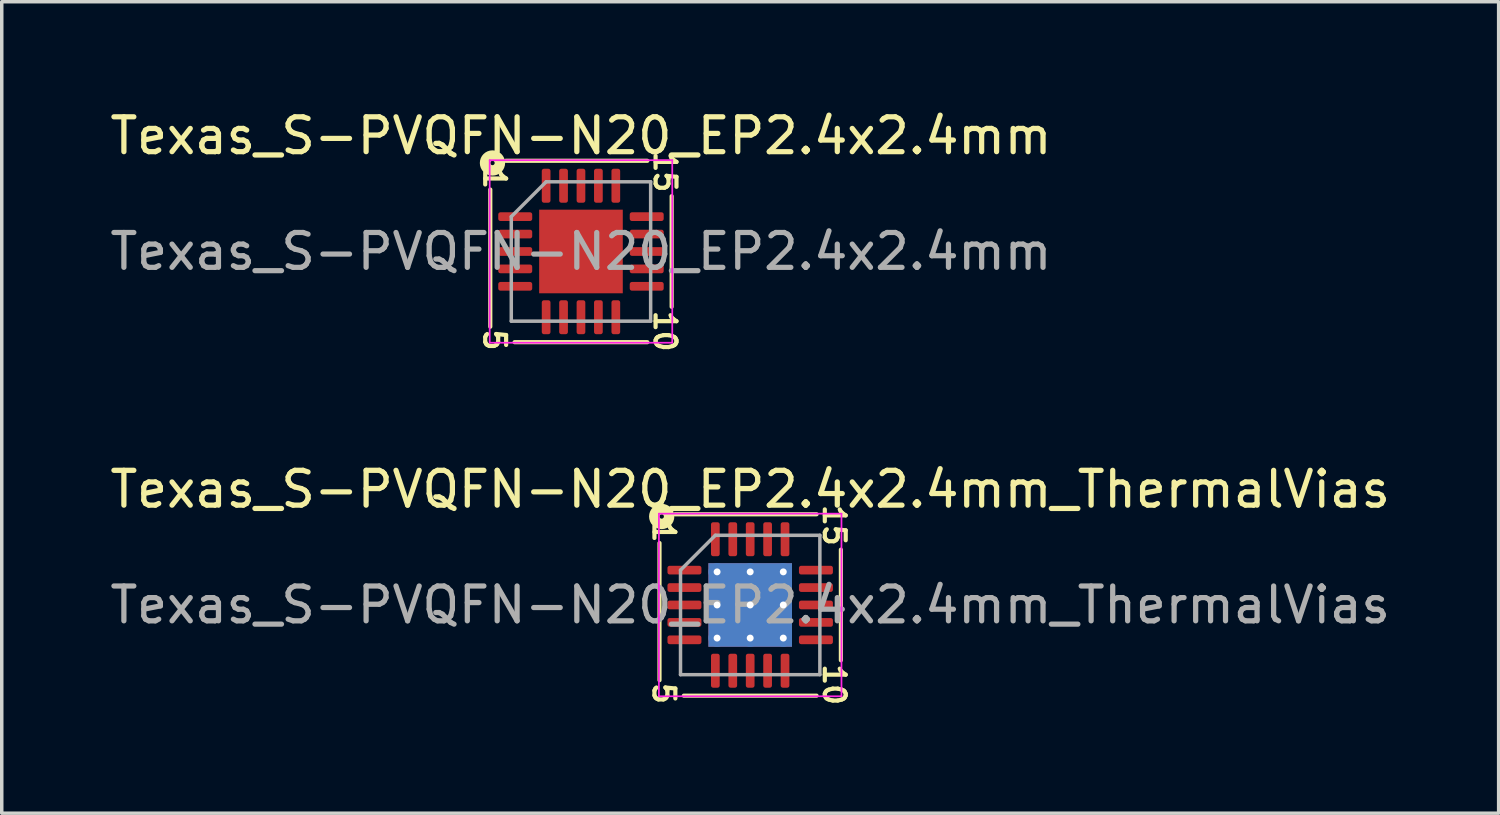
<source format=kicad_pcb>
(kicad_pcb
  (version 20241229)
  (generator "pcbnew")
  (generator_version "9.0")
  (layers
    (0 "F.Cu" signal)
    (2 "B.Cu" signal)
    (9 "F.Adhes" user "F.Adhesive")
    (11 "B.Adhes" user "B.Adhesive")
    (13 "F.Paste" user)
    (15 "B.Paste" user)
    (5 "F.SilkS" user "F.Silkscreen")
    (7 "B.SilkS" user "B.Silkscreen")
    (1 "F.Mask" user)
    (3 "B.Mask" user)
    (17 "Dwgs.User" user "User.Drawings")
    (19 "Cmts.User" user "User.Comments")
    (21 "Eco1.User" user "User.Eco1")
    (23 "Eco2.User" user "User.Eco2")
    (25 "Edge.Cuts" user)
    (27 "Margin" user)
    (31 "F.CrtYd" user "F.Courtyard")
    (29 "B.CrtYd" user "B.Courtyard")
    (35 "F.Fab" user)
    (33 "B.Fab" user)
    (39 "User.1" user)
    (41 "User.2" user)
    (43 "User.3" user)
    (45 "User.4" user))
  (footprint "Texas_S-PVQFN-N20_EP2.4x2.4mm"
    (layer "F.Cu")
    (at 13.625 4.168)
    (property "Reference" "Texas_S-PVQFN-N20_EP2.4x2.4mm" (at 0 -3.32 0) (layer "F.SilkS") (effects (font (size 1 1) (thickness 0.15))))
    (attr smd)
    (fp_line (start -2.603 -1.778) (end -2.603 2.159) (stroke (width 0.12) (type solid)) (layer "F.SilkS"))
    (fp_line (start -1.905 2.603) (end 1.905 2.603) (stroke (width 0.12) (type solid)) (layer "F.SilkS"))
    (fp_line (start 1.905 -2.603) (end -2.159 -2.603) (stroke (width 0.12) (type solid)) (layer "F.SilkS"))
    (fp_line (start 2.603 1.587) (end 2.603 -1.587) (stroke (width 0.12) (type solid)) (layer "F.SilkS"))
    (fp_circle (center -2.54 -2.54) (end -2.477 -2.54) (stroke (width 0.3) (type solid)) (fill no) (layer "F.SilkS"))
    (fp_line (start -2.62 -2.62) (end -2.62 2.62) (stroke (width 0.05) (type solid)) (layer "F.CrtYd"))
    (fp_line (start -2.62 2.62) (end 2.62 2.62) (stroke (width 0.05) (type solid)) (layer "F.CrtYd"))
    (fp_line (start 2.62 -2.62) (end -2.62 -2.62) (stroke (width 0.05) (type solid)) (layer "F.CrtYd"))
    (fp_line (start 2.62 2.62) (end 2.62 -2.62) (stroke (width 0.05) (type solid)) (layer "F.CrtYd"))
    (fp_line (start -2 -1) (end -1 -2) (stroke (width 0.1) (type solid)) (layer "F.Fab"))
    (fp_line (start -2 2) (end -2 -1) (stroke (width 0.1) (type solid)) (layer "F.Fab"))
    (fp_line (start -1 -2) (end 2 -2) (stroke (width 0.1) (type solid)) (layer "F.Fab"))
    (fp_line (start 2 -2) (end 2 2) (stroke (width 0.1) (type solid)) (layer "F.Fab"))
    (fp_line (start 2 2) (end -2 2) (stroke (width 0.1) (type solid)) (layer "F.Fab"))
    (fp_text user "15" (at 2.413 -2.286 270) (unlocked yes) (layer "F.SilkS") (effects (font (size 0.6 0.6) (thickness 0.12))))
    (fp_text user "10" (at 2.413 2.286 270) (unlocked yes) (layer "F.SilkS") (effects (font (size 0.6 0.6) (thickness 0.12))))
    (fp_text user "5" (at -2.477 2.54 270) (unlocked yes) (layer "F.SilkS") (effects (font (size 0.6 0.6) (thickness 0.12))))
    (fp_text user "1" (at -2.477 -2.095 270) (unlocked yes) (layer "F.SilkS") (effects (font (size 0.6 0.6) (thickness 0.12))))
    (fp_text user "${REFERENCE}" (at 0 0 0) (layer "F.Fab") (effects (font (size 1 1) (thickness 0.15))))
    (pad "" smd roundrect (at -0.6 -0.6) (size 0.97 0.97) (layers "F.Paste") (roundrect_rratio 0.25))
    (pad "" smd roundrect (at -0.6 0.6) (size 0.97 0.97) (layers "F.Paste") (roundrect_rratio 0.25))
    (pad "" smd roundrect (at 0.6 -0.6) (size 0.97 0.97) (layers "F.Paste") (roundrect_rratio 0.25))
    (pad "" smd roundrect (at 0.6 0.6) (size 0.97 0.97) (layers "F.Paste") (roundrect_rratio 0.25))
    (pad "1" smd roundrect (at -1.887 -1) (size 0.975 0.25) (layers "F.Cu" "F.Mask" "F.Paste") (roundrect_rratio 0.25))
    (pad "2" smd roundrect (at -1.887 -0.5) (size 0.975 0.25) (layers "F.Cu" "F.Mask" "F.Paste") (roundrect_rratio 0.25))
    (pad "3" smd roundrect (at -1.887 0) (size 0.975 0.25) (layers "F.Cu" "F.Mask" "F.Paste") (roundrect_rratio 0.25))
    (pad "4" smd roundrect (at -1.887 0.5) (size 0.975 0.25) (layers "F.Cu" "F.Mask" "F.Paste") (roundrect_rratio 0.25))
    (pad "5" smd roundrect (at -1.887 1) (size 0.975 0.25) (layers "F.Cu" "F.Mask" "F.Paste") (roundrect_rratio 0.25))
    (pad "6" smd roundrect (at -1 1.887) (size 0.25 0.975) (layers "F.Cu" "F.Mask" "F.Paste") (roundrect_rratio 0.25))
    (pad "7" smd roundrect (at -0.5 1.887) (size 0.25 0.975) (layers "F.Cu" "F.Mask" "F.Paste") (roundrect_rratio 0.25))
    (pad "8" smd roundrect (at 0 1.887) (size 0.25 0.975) (layers "F.Cu" "F.Mask" "F.Paste") (roundrect_rratio 0.25))
    (pad "9" smd roundrect (at 0.5 1.887) (size 0.25 0.975) (layers "F.Cu" "F.Mask" "F.Paste") (roundrect_rratio 0.25))
    (pad "10" smd roundrect (at 1 1.887) (size 0.25 0.975) (layers "F.Cu" "F.Mask" "F.Paste") (roundrect_rratio 0.25))
    (pad "11" smd roundrect (at 1.887 1) (size 0.975 0.25) (layers "F.Cu" "F.Mask" "F.Paste") (roundrect_rratio 0.25))
    (pad "12" smd roundrect (at 1.887 0.5) (size 0.975 0.25) (layers "F.Cu" "F.Mask" "F.Paste") (roundrect_rratio 0.25))
    (pad "13" smd roundrect (at 1.887 0) (size 0.975 0.25) (layers "F.Cu" "F.Mask" "F.Paste") (roundrect_rratio 0.25))
    (pad "14" smd roundrect (at 1.887 -0.5) (size 0.975 0.25) (layers "F.Cu" "F.Mask" "F.Paste") (roundrect_rratio 0.25))
    (pad "15" smd roundrect (at 1.887 -1) (size 0.975 0.25) (layers "F.Cu" "F.Mask" "F.Paste") (roundrect_rratio 0.25))
    (pad "16" smd roundrect (at 1 -1.887) (size 0.25 0.975) (layers "F.Cu" "F.Mask" "F.Paste") (roundrect_rratio 0.25))
    (pad "17" smd roundrect (at 0.5 -1.887) (size 0.25 0.975) (layers "F.Cu" "F.Mask" "F.Paste") (roundrect_rratio 0.25))
    (pad "18" smd roundrect (at 0 -1.887) (size 0.25 0.975) (layers "F.Cu" "F.Mask" "F.Paste") (roundrect_rratio 0.25))
    (pad "19" smd roundrect (at -0.5 -1.887) (size 0.25 0.975) (layers "F.Cu" "F.Mask" "F.Paste") (roundrect_rratio 0.25))
    (pad "20" smd roundrect (at -1 -1.887) (size 0.25 0.975) (layers "F.Cu" "F.Mask" "F.Paste") (roundrect_rratio 0.25))
    (pad "21" smd rect (at 0 0) (size 2.4 2.4) (layers "F.Cu" "F.Mask")))
  (footprint "Texas_S-PVQFN-N20_EP2.4x2.4mm_ThermalVias"
    (layer "F.Cu")
    (at 18.482 14.314)
    (property "Reference" "Texas_S-PVQFN-N20_EP2.4x2.4mm_ThermalVias" (at 0 -3.32 0) (layer "F.SilkS") (effects (font (size 1 1) (thickness 0.15))))
    (attr smd)
    (fp_line (start -2.603 -1.778) (end -2.603 2.159) (stroke (width 0.12) (type solid)) (layer "F.SilkS"))
    (fp_line (start -1.905 2.603) (end 1.905 2.603) (stroke (width 0.12) (type solid)) (layer "F.SilkS"))
    (fp_line (start 1.905 -2.603) (end -2.159 -2.603) (stroke (width 0.12) (type solid)) (layer "F.SilkS"))
    (fp_line (start 2.603 1.587) (end 2.603 -1.587) (stroke (width 0.12) (type solid)) (layer "F.SilkS"))
    (fp_circle (center -2.54 -2.54) (end -2.477 -2.54) (stroke (width 0.3) (type solid)) (fill no) (layer "F.SilkS"))
    (fp_line (start -2.62 -2.62) (end -2.62 2.62) (stroke (width 0.05) (type solid)) (layer "F.CrtYd"))
    (fp_line (start -2.62 2.62) (end 2.62 2.62) (stroke (width 0.05) (type solid)) (layer "F.CrtYd"))
    (fp_line (start 2.62 -2.62) (end -2.62 -2.62) (stroke (width 0.05) (type solid)) (layer "F.CrtYd"))
    (fp_line (start 2.62 2.62) (end 2.62 -2.62) (stroke (width 0.05) (type solid)) (layer "F.CrtYd"))
    (fp_line (start -2 -1) (end -1 -2) (stroke (width 0.1) (type solid)) (layer "F.Fab"))
    (fp_line (start -2 2) (end -2 -1) (stroke (width 0.1) (type solid)) (layer "F.Fab"))
    (fp_line (start -1 -2) (end 2 -2) (stroke (width 0.1) (type solid)) (layer "F.Fab"))
    (fp_line (start 2 -2) (end 2 2) (stroke (width 0.1) (type solid)) (layer "F.Fab"))
    (fp_line (start 2 2) (end -2 2) (stroke (width 0.1) (type solid)) (layer "F.Fab"))
    (fp_text user "15" (at 2.413 -2.286 270) (unlocked yes) (layer "F.SilkS") (effects (font (size 0.6 0.6) (thickness 0.12))))
    (fp_text user "5" (at -2.477 2.54 270) (unlocked yes) (layer "F.SilkS") (effects (font (size 0.6 0.6) (thickness 0.12))))
    (fp_text user "10" (at 2.413 2.286 270) (unlocked yes) (layer "F.SilkS") (effects (font (size 0.6 0.6) (thickness 0.12))))
    (fp_text user "1" (at -2.477 -2.095 270) (unlocked yes) (layer "F.SilkS") (effects (font (size 0.6 0.6) (thickness 0.12))))
    (fp_text user "${REFERENCE}" (at 0 0 0) (layer "F.Fab") (effects (font (size 1 1) (thickness 0.15))))
    (pad "" smd custom (at -0.475 -0.475) (size 0.72 0.72) (layers "F.Paste") (options (anchor circle)) (primitives (gr_poly (pts (xy 0.296 -0.19) (xy 0.296 0.19) (xy 0.19 0.296) (xy -0.19 0.296) (xy -0.296 0.19) (xy -0.296 -0.19) (xy -0.19 -0.296) (xy 0.19 -0.296)) (width 0.256) (fill yes))))
    (pad "" smd custom (at -0.475 0.475) (size 0.72 0.72) (layers "F.Paste") (options (anchor circle)) (primitives (gr_poly (pts (xy 0.296 -0.19) (xy 0.296 0.19) (xy 0.19 0.296) (xy -0.19 0.296) (xy -0.296 0.19) (xy -0.296 -0.19) (xy -0.19 -0.296) (xy 0.19 -0.296)) (width 0.256) (fill yes))))
    (pad "" smd custom (at 0.475 -0.475) (size 0.72 0.72) (layers "F.Paste") (options (anchor circle)) (primitives (gr_poly (pts (xy 0.296 -0.19) (xy 0.296 0.19) (xy 0.19 0.296) (xy -0.19 0.296) (xy -0.296 0.19) (xy -0.296 -0.19) (xy -0.19 -0.296) (xy 0.19 -0.296)) (width 0.256) (fill yes))))
    (pad "" smd custom (at 0.475 0.475) (size 0.72 0.72) (layers "F.Paste") (options (anchor circle)) (primitives (gr_poly (pts (xy 0.296 -0.19) (xy 0.296 0.19) (xy 0.19 0.296) (xy -0.19 0.296) (xy -0.296 0.19) (xy -0.296 -0.19) (xy -0.19 -0.296) (xy 0.19 -0.296)) (width 0.256) (fill yes))))
    (pad "1" smd roundrect (at -1.887 -1) (size 0.975 0.25) (layers "F.Cu" "F.Mask" "F.Paste") (roundrect_rratio 0.25))
    (pad "2" smd roundrect (at -1.887 -0.5) (size 0.975 0.25) (layers "F.Cu" "F.Mask" "F.Paste") (roundrect_rratio 0.25))
    (pad "3" smd roundrect (at -1.887 0) (size 0.975 0.25) (layers "F.Cu" "F.Mask" "F.Paste") (roundrect_rratio 0.25))
    (pad "4" smd roundrect (at -1.887 0.5) (size 0.975 0.25) (layers "F.Cu" "F.Mask" "F.Paste") (roundrect_rratio 0.25))
    (pad "5" smd roundrect (at -1.887 1) (size 0.975 0.25) (layers "F.Cu" "F.Mask" "F.Paste") (roundrect_rratio 0.25))
    (pad "6" smd roundrect (at -1 1.887) (size 0.25 0.975) (layers "F.Cu" "F.Mask" "F.Paste") (roundrect_rratio 0.25))
    (pad "7" smd roundrect (at -0.5 1.887) (size 0.25 0.975) (layers "F.Cu" "F.Mask" "F.Paste") (roundrect_rratio 0.25))
    (pad "8" smd roundrect (at 0 1.887) (size 0.25 0.975) (layers "F.Cu" "F.Mask" "F.Paste") (roundrect_rratio 0.25))
    (pad "9" smd roundrect (at 0.5 1.887) (size 0.25 0.975) (layers "F.Cu" "F.Mask" "F.Paste") (roundrect_rratio 0.25))
    (pad "10" smd roundrect (at 1 1.887) (size 0.25 0.975) (layers "F.Cu" "F.Mask" "F.Paste") (roundrect_rratio 0.25))
    (pad "11" smd roundrect (at 1.887 1) (size 0.975 0.25) (layers "F.Cu" "F.Mask" "F.Paste") (roundrect_rratio 0.25))
    (pad "12" smd roundrect (at 1.887 0.5) (size 0.975 0.25) (layers "F.Cu" "F.Mask" "F.Paste") (roundrect_rratio 0.25))
    (pad "13" smd roundrect (at 1.887 0) (size 0.975 0.25) (layers "F.Cu" "F.Mask" "F.Paste") (roundrect_rratio 0.25))
    (pad "14" smd roundrect (at 1.887 -0.5) (size 0.975 0.25) (layers "F.Cu" "F.Mask" "F.Paste") (roundrect_rratio 0.25))
    (pad "15" smd roundrect (at 1.887 -1) (size 0.975 0.25) (layers "F.Cu" "F.Mask" "F.Paste") (roundrect_rratio 0.25))
    (pad "16" smd roundrect (at 1 -1.887) (size 0.25 0.975) (layers "F.Cu" "F.Mask" "F.Paste") (roundrect_rratio 0.25))
    (pad "17" smd roundrect (at 0.5 -1.887) (size 0.25 0.975) (layers "F.Cu" "F.Mask" "F.Paste") (roundrect_rratio 0.25))
    (pad "18" smd roundrect (at 0 -1.887) (size 0.25 0.975) (layers "F.Cu" "F.Mask" "F.Paste") (roundrect_rratio 0.25))
    (pad "19" smd roundrect (at -0.5 -1.887) (size 0.25 0.975) (layers "F.Cu" "F.Mask" "F.Paste") (roundrect_rratio 0.25))
    (pad "20" smd roundrect (at -1 -1.887) (size 0.25 0.975) (layers "F.Cu" "F.Mask" "F.Paste") (roundrect_rratio 0.25))
    (pad "21" thru_hole circle (at -0.95 -0.95) (size 0.5 0.5) (drill 0.2) (layers "*.Cu"))
    (pad "21" thru_hole circle (at -0.95 0) (size 0.5 0.5) (drill 0.2) (layers "*.Cu"))
    (pad "21" thru_hole circle (at -0.95 0.95) (size 0.5 0.5) (drill 0.2) (layers "*.Cu"))
    (pad "21" thru_hole circle (at 0 -0.95) (size 0.5 0.5) (drill 0.2) (layers "*.Cu"))
    (pad "21" thru_hole circle (at 0 0) (size 0.5 0.5) (drill 0.2) (layers "*.Cu"))
    (pad "21" smd rect (at 0 0) (size 2.4 2.4) (layers "F.Cu" "F.Mask"))
    (pad "21" smd rect (at 0 0) (size 2.4 2.4) (layers "B.Cu" "B.Mask"))
    (pad "21" thru_hole circle (at 0 0.95) (size 0.5 0.5) (drill 0.2) (layers "*.Cu"))
    (pad "21" thru_hole circle (at 0.95 -0.95) (size 0.5 0.5) (drill 0.2) (layers "*.Cu"))
    (pad "21" thru_hole circle (at 0.95 0) (size 0.5 0.5) (drill 0.2) (layers "*.Cu"))
    (pad "21" thru_hole circle (at 0.95 0.95) (size 0.5 0.5) (drill 0.2) (layers "*.Cu")))
  (gr_rect
    (start -3 -3)
    (end 39.964 20.291)
    (stroke (width 0.1) (type default))
    (fill no)
    (layer "Edge.Cuts")))
</source>
